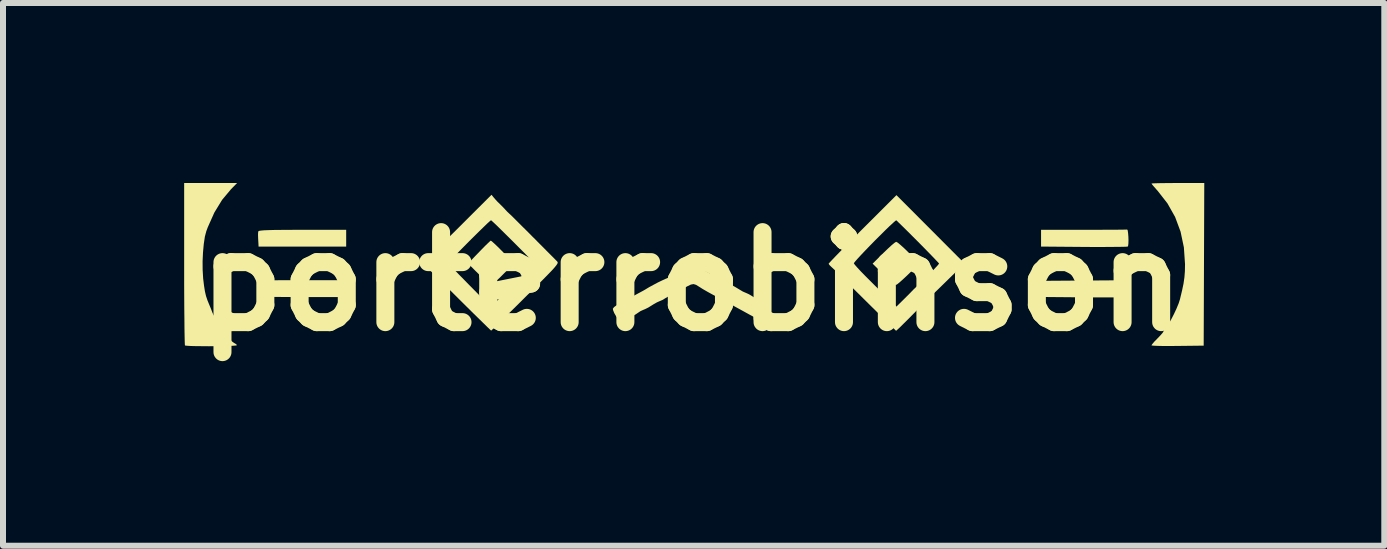
<source format=kicad_pcb>
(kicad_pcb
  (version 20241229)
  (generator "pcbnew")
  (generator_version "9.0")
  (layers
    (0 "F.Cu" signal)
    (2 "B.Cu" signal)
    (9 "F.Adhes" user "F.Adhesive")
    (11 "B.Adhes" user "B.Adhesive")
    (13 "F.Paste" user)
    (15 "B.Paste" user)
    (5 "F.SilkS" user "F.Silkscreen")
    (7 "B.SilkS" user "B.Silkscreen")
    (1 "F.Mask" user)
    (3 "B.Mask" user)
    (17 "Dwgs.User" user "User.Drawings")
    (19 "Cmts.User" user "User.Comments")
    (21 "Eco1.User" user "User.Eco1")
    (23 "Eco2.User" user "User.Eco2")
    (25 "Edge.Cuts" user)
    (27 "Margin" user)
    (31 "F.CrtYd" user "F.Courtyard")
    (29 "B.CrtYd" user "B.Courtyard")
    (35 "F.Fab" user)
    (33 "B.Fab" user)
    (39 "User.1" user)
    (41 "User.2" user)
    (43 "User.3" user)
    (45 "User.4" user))
  (footprint "porterrobinson"
    (layer "F.Cu")
    (at 8.479 1.64)
    (property "Reference" "porterrobinson" (at 0 0 0) (layer "F.SilkS") (effects (font (size 1.5 1.5) (thickness 0.3))))
    (attr board_only exclude_from_pos_files exclude_from_bom)
    (fp_poly (pts (xy 7.28 0.118) (xy 7.277 0.204) (xy 7.266 0.252) (xy 7.255 0.263) (xy 7.23 0.264) (xy 7.169 0.265) (xy 7.078 0.266) (xy 6.961 0.266) (xy 6.823 0.266) (xy 6.669 0.266) (xy 6.524 0.265) (xy 5.818 0.259) (xy 5.824 0.125) (xy 5.83 -0.01) (xy 6.555 -0.015) (xy 7.28 -0.02)) (stroke (width 0) (type solid)) (fill yes) (layer "F.SilkS"))
    (fp_poly (pts (xy -5.76 -0.72) (xy -5.76 -0.58) (xy -6.49 -0.58) (xy -7.22 -0.58) (xy -7.222 -0.625) (xy -7.227 -0.715) (xy -7.229 -0.773) (xy -7.228 -0.809) (xy -7.225 -0.83) (xy -7.224 -0.835) (xy -7.213 -0.842) (xy -7.183 -0.847) (xy -7.131 -0.852) (xy -7.054 -0.855) (xy -6.948 -0.858) (xy -6.811 -0.859) (xy -6.64 -0.86) (xy -6.488 -0.86) (xy -5.76 -0.86)) (stroke (width 0) (type solid)) (fill yes) (layer "F.SilkS"))
    (fp_poly (pts (xy 3.432 -0.646) (xy 3.478 -0.608) (xy 3.54 -0.552) (xy 3.612 -0.482) (xy 3.688 -0.404) (xy 3.739 -0.35) (xy 3.788 -0.296) (xy 3.607 -0.118) (xy 3.536 -0.051) (xy 3.474 0.005) (xy 3.427 0.044) (xy 3.401 0.06) (xy 3.4 0.06) (xy 3.377 0.047) (xy 3.332 0.01) (xy 3.271 -0.044) (xy 3.201 -0.11) (xy 3.193 -0.118) (xy 3.013 -0.296) (xy 3.196 -0.478) (xy 3.267 -0.546) (xy 3.329 -0.603) (xy 3.377 -0.643) (xy 3.404 -0.66) (xy 3.406 -0.66)) (stroke (width 0) (type solid)) (fill yes) (layer "F.SilkS"))
    (fp_poly (pts (xy 7.264 -0.85) (xy 7.27 -0.807) (xy 7.275 -0.748) (xy 7.277 -0.684) (xy 7.275 -0.627) (xy 7.27 -0.59) (xy 7.266 -0.582) (xy 7.243 -0.579) (xy 7.185 -0.577) (xy 7.095 -0.576) (xy 6.98 -0.575) (xy 6.843 -0.574) (xy 6.689 -0.574) (xy 6.535 -0.575) (xy 5.82 -0.581) (xy 5.82 -0.72) (xy 5.82 -0.86) (xy 6.53 -0.86) (xy 6.695 -0.86) (xy 6.847 -0.861) (xy 6.982 -0.861) (xy 7.095 -0.862) (xy 7.181 -0.863) (xy 7.236 -0.864) (xy 7.255 -0.865)) (stroke (width 0) (type solid)) (fill yes) (layer "F.SilkS"))
    (fp_poly (pts (xy -6.571 -0.02) (xy -6.488 -0.02) (xy -5.76 -0.02) (xy -5.76 0.12) (xy -5.76 0.26) (xy -6.488 0.26) (xy -6.679 0.26) (xy -6.835 0.259) (xy -6.958 0.258) (xy -7.052 0.256) (xy -7.122 0.253) (xy -7.17 0.25) (xy -7.201 0.244) (xy -7.219 0.238) (xy -7.227 0.23) (xy -7.228 0.228) (xy -7.236 0.188) (xy -7.24 0.13) (xy -7.24 0.12) (xy -7.241 0.084) (xy -7.24 0.055) (xy -7.235 0.031) (xy -7.221 0.014) (xy -7.195 0.00036) (xy -7.153 -0.009) (xy -7.091 -0.015) (xy -7.006 -0.018) (xy -6.893 -0.02) (xy -6.749 -0.02)) (stroke (width 0) (type solid)) (fill yes) (layer "F.SilkS"))
    (fp_poly (pts (xy -3.33 -0.666) (xy -3.29 -0.63) (xy -3.235 -0.578) (xy -3.173 -0.516) (xy -3.11 -0.452) (xy -3.054 -0.392) (xy -3.009 -0.342) (xy -2.984 -0.31) (xy -2.98 -0.303) (xy -2.994 -0.28) (xy -3.03 -0.236) (xy -3.083 -0.18) (xy -3.145 -0.118) (xy -3.208 -0.055) (xy -3.268 -0.001) (xy -3.315 0.04) (xy -3.344 0.059) (xy -3.348 0.06) (xy -3.371 0.047) (xy -3.414 0.011) (xy -3.47 -0.041) (xy -3.5 -0.071) (xy -3.564 -0.135) (xy -3.622 -0.192) (xy -3.664 -0.235) (xy -3.675 -0.245) (xy -3.706 -0.279) (xy -3.72 -0.3) (xy -3.72 -0.3) (xy -3.707 -0.318) (xy -3.672 -0.357) (xy -3.621 -0.411) (xy -3.561 -0.473) (xy -3.499 -0.537) (xy -3.44 -0.597) (xy -3.391 -0.644) (xy -3.359 -0.674) (xy -3.35 -0.68)) (stroke (width 0) (type solid)) (fill yes) (layer "F.SilkS"))
    (fp_poly (pts (xy 8.535 -0.285) (xy 8.53 1.07) (xy 8.095 1.075) (xy 7.968 1.076) (xy 7.856 1.076) (xy 7.763 1.074) (xy 7.698 1.071) (xy 7.663 1.067) (xy 7.66 1.065) (xy 7.673 1.044) (xy 7.708 1.003) (xy 7.757 0.953) (xy 7.76 0.95) (xy 7.81 0.898) (xy 7.846 0.856) (xy 7.86 0.833) (xy 7.86 0.832) (xy 7.873 0.805) (xy 7.9 0.77) (xy 7.938 0.719) (xy 7.984 0.642) (xy 8.032 0.549) (xy 8.077 0.453) (xy 8.114 0.363) (xy 8.134 0.3) (xy 8.169 0.155) (xy 8.194 0.037) (xy 8.209 -0.068) (xy 8.217 -0.17) (xy 8.219 -0.281) (xy 8.219 -0.29) (xy 8.2 -0.568) (xy 8.145 -0.829) (xy 8.054 -1.074) (xy 7.926 -1.301) (xy 7.762 -1.511) (xy 7.749 -1.525) (xy 7.704 -1.576) (xy 7.672 -1.614) (xy 7.66 -1.631) (xy 7.679 -1.634) (xy 7.732 -1.636) (xy 7.814 -1.638) (xy 7.919 -1.639) (xy 8.041 -1.64) (xy 8.1 -1.64) (xy 8.54 -1.64)) (stroke (width 0) (type solid)) (fill yes) (layer "F.SilkS"))
    (fp_poly (pts (xy -7.681 -1.535) (xy -7.828 -1.359) (xy -7.957 -1.148) (xy -8.066 -0.904) (xy -8.091 -0.837) (xy -8.115 -0.746) (xy -8.133 -0.625) (xy -8.146 -0.485) (xy -8.153 -0.337) (xy -8.152 -0.191) (xy -8.144 -0.058) (xy -8.144 -0.053) (xy -8.129 0.07) (xy -8.114 0.165) (xy -8.096 0.243) (xy -8.071 0.317) (xy -8.041 0.39) (xy -8.015 0.452) (xy -7.994 0.507) (xy -7.99 0.518) (xy -7.973 0.556) (xy -7.941 0.613) (xy -7.9 0.681) (xy -7.854 0.752) (xy -7.811 0.817) (xy -7.773 0.868) (xy -7.749 0.897) (xy -7.743 0.9) (xy -7.724 0.916) (xy -7.704 0.95) (xy -7.667 0.997) (xy -7.63 1.024) (xy -7.593 1.046) (xy -7.58 1.063) (xy -7.599 1.068) (xy -7.651 1.072) (xy -7.728 1.075) (xy -7.825 1.078) (xy -7.934 1.079) (xy -8.047 1.08) (xy -8.159 1.079) (xy -8.261 1.078) (xy -8.348 1.076) (xy -8.411 1.072) (xy -8.444 1.068) (xy -8.447 1.067) (xy -8.449 1.045) (xy -8.451 0.986) (xy -8.453 0.895) (xy -8.455 0.773) (xy -8.456 0.624) (xy -8.458 0.452) (xy -8.459 0.26) (xy -8.46 0.05) (xy -8.46 -0.172) (xy -8.46 -0.293) (xy -8.46 -1.64) (xy -8.019 -1.64) (xy -7.578 -1.64)) (stroke (width 0) (type solid)) (fill yes) (layer "F.SilkS"))
    (fp_poly (pts (xy 3.978 -0.869) (xy 4.545 -0.3) (xy 4.208 0.03) (xy 4.112 0.124) (xy 4.025 0.208) (xy 3.952 0.28) (xy 3.897 0.334) (xy 3.863 0.367) (xy 3.855 0.375) (xy 3.836 0.394) (xy 3.795 0.436) (xy 3.738 0.494) (xy 3.673 0.56) (xy 3.602 0.632) (xy 3.536 0.697) (xy 3.484 0.749) (xy 3.455 0.777) (xy 3.404 0.823) (xy 2.962 0.387) (xy 2.852 0.278) (xy 2.75 0.177) (xy 2.66 0.089) (xy 2.586 0.017) (xy 2.532 -0.037) (xy 2.5 -0.067) (xy 2.495 -0.072) (xy 2.464 -0.103) (xy 2.428 -0.142) (xy 2.381 -0.191) (xy 2.333 -0.235) (xy 2.298 -0.269) (xy 2.28 -0.293) (xy 2.28 -0.295) (xy 2.286 -0.302) (xy 2.7 -0.302) (xy 2.714 -0.281) (xy 2.753 -0.236) (xy 2.812 -0.172) (xy 2.889 -0.093) (xy 2.98 -0.002) (xy 3.055 0.073) (xy 3.41 0.419) (xy 3.526 0.305) (xy 3.583 0.248) (xy 3.632 0.199) (xy 3.662 0.168) (xy 3.666 0.164) (xy 3.698 0.131) (xy 3.737 0.094) (xy 3.798 0.037) (xy 3.866 -0.03) (xy 3.937 -0.1) (xy 4.003 -0.168) (xy 4.059 -0.227) (xy 4.1 -0.271) (xy 4.119 -0.296) (xy 4.12 -0.298) (xy 4.107 -0.314) (xy 4.069 -0.354) (xy 4.012 -0.414) (xy 3.941 -0.487) (xy 3.859 -0.571) (xy 3.771 -0.66) (xy 3.681 -0.75) (xy 3.594 -0.837) (xy 3.515 -0.915) (xy 3.448 -0.98) (xy 3.408 -1.019) (xy 3.391 -1.009) (xy 3.352 -0.974) (xy 3.293 -0.92) (xy 3.222 -0.851) (xy 3.141 -0.77) (xy 3.055 -0.685) (xy 2.969 -0.597) (xy 2.888 -0.513) (xy 2.816 -0.437) (xy 2.758 -0.374) (xy 2.718 -0.328) (xy 2.7 -0.304) (xy 2.7 -0.302) (xy 2.286 -0.302) (xy 2.294 -0.312) (xy 2.333 -0.354) (xy 2.394 -0.418) (xy 2.475 -0.501) (xy 2.572 -0.6) (xy 2.683 -0.711) (xy 2.804 -0.833) (xy 2.845 -0.874) (xy 3.41 -1.438)) (stroke (width 0) (type solid)) (fill yes) (layer "F.SilkS"))
    (fp_poly (pts (xy 0.009 -0.276) (xy 0.068 -0.255) (xy 0.152 -0.215) (xy 0.202 -0.188) (xy 0.299 -0.135) (xy 0.412 -0.075) (xy 0.521 -0.017) (xy 0.557 0.002) (xy 0.641 0.047) (xy 0.717 0.089) (xy 0.774 0.123) (xy 0.797 0.137) (xy 0.851 0.169) (xy 0.9 0.19) (xy 0.951 0.213) (xy 1.007 0.246) (xy 1.009 0.248) (xy 1.059 0.279) (xy 1.129 0.318) (xy 1.189 0.35) (xy 1.252 0.385) (xy 1.297 0.42) (xy 1.316 0.444) (xy 1.311 0.488) (xy 1.288 0.549) (xy 1.253 0.614) (xy 1.231 0.646) (xy 1.221 0.658) (xy 1.21 0.665) (xy 1.192 0.665) (xy 1.164 0.656) (xy 1.12 0.637) (xy 1.057 0.604) (xy 0.969 0.557) (xy 0.853 0.493) (xy 0.8 0.464) (xy 0.573 0.34) (xy 0.365 0.229) (xy 0.335 0.213) (xy 0.257 0.17) (xy 0.181 0.126) (xy 0.126 0.091) (xy 0.071 0.057) (xy 0.029 0.044) (xy -0.015 0.052) (xy -0.075 0.081) (xy -0.096 0.093) (xy -0.182 0.141) (xy -0.241 0.173) (xy -0.278 0.191) (xy -0.303 0.199) (xy -0.315 0.2) (xy -0.338 0.213) (xy -0.34 0.22) (xy -0.355 0.239) (xy -0.362 0.24) (xy -0.392 0.251) (xy -0.436 0.276) (xy -0.437 0.277) (xy -0.49 0.309) (xy -0.537 0.329) (xy -0.582 0.349) (xy -0.64 0.382) (xy -0.667 0.399) (xy -0.727 0.436) (xy -0.782 0.463) (xy -0.8 0.47) (xy -0.856 0.495) (xy -0.89 0.518) (xy -0.934 0.548) (xy -0.993 0.581) (xy -1.01 0.589) (xy -1.074 0.619) (xy -1.132 0.648) (xy -1.143 0.653) (xy -1.174 0.666) (xy -1.198 0.663) (xy -1.223 0.638) (xy -1.259 0.585) (xy -1.293 0.527) (xy -1.313 0.476) (xy -1.316 0.454) (xy -1.295 0.427) (xy -1.237 0.386) (xy -1.142 0.331) (xy -1.06 0.287) (xy -0.965 0.238) (xy -0.88 0.192) (xy -0.813 0.156) (xy -0.771 0.132) (xy -0.765 0.128) (xy -0.71 0.095) (xy -0.64 0.057) (xy -0.565 0.017) (xy -0.492 -0.018) (xy -0.433 -0.045) (xy -0.397 -0.059) (xy -0.391 -0.06) (xy -0.358 -0.074) (xy -0.339 -0.091) (xy -0.308 -0.115) (xy -0.253 -0.148) (xy -0.188 -0.181) (xy -0.123 -0.213) (xy -0.074 -0.241) (xy -0.05 -0.26) (xy -0.05 -0.26) (xy -0.028 -0.277)) (stroke (width 0) (type solid)) (fill yes) (layer "F.SilkS"))
    (fp_poly (pts (xy -3.3 -1.397) (xy -3.266 -1.358) (xy -3.243 -1.333) (xy -3.196 -1.287) (xy -3.148 -1.239) (xy -3.112 -1.201) (xy -3.108 -1.196) (xy -3.078 -1.164) (xy -3.038 -1.126) (xy -2.998 -1.089) (xy -2.97 -1.061) (xy -2.947 -1.038) (xy -2.904 -0.995) (xy -2.848 -0.939) (xy -2.83 -0.921) (xy -2.771 -0.863) (xy -2.722 -0.814) (xy -2.689 -0.781) (xy -2.684 -0.776) (xy -2.652 -0.743) (xy -2.614 -0.706) (xy -2.574 -0.665) (xy -2.545 -0.636) (xy -2.519 -0.61) (xy -2.474 -0.565) (xy -2.418 -0.508) (xy -2.4 -0.49) (xy -2.34 -0.43) (xy -2.287 -0.377) (xy -2.251 -0.34) (xy -2.245 -0.334) (xy -2.237 -0.324) (xy -2.235 -0.311) (xy -2.241 -0.294) (xy -2.258 -0.269) (xy -2.287 -0.233) (xy -2.331 -0.184) (xy -2.393 -0.12) (xy -2.475 -0.036) (xy -2.58 0.068) (xy -2.71 0.197) (xy -2.775 0.261) (xy -2.898 0.384) (xy -3.013 0.497) (xy -3.115 0.598) (xy -3.203 0.683) (xy -3.272 0.751) (xy -3.319 0.797) (xy -3.343 0.819) (xy -3.344 0.82) (xy -3.359 0.806) (xy -3.4 0.767) (xy -3.462 0.706) (xy -3.544 0.626) (xy -3.642 0.53) (xy -3.753 0.42) (xy -3.874 0.3) (xy -3.917 0.257) (xy -4.484 -0.305) (xy -4.483 -0.306) (xy -4.06 -0.306) (xy -4.047 -0.289) (xy -4.01 -0.249) (xy -3.953 -0.19) (xy -3.883 -0.117) (xy -3.802 -0.035) (xy -3.716 0.053) (xy -3.629 0.141) (xy -3.547 0.224) (xy -3.472 0.298) (xy -3.411 0.358) (xy -3.368 0.4) (xy -3.347 0.419) (xy -3.346 0.419) (xy -3.331 0.406) (xy -3.292 0.368) (xy -3.232 0.309) (xy -3.156 0.234) (xy -3.066 0.145) (xy -2.98 0.059) (xy -2.618 -0.301) (xy -2.976 -0.661) (xy -3.074 -0.758) (xy -3.163 -0.846) (xy -3.238 -0.92) (xy -3.297 -0.976) (xy -3.334 -1.01) (xy -3.346 -1.02) (xy -3.364 -1.006) (xy -3.405 -0.969) (xy -3.464 -0.912) (xy -3.537 -0.841) (xy -3.62 -0.759) (xy -3.707 -0.673) (xy -3.793 -0.586) (xy -3.875 -0.503) (xy -3.947 -0.429) (xy -4.005 -0.368) (xy -4.044 -0.326) (xy -4.06 -0.306) (xy -4.06 -0.306) (xy -4.483 -0.306) (xy -4.442 -0.347) (xy -4.407 -0.382) (xy -4.355 -0.434) (xy -4.294 -0.493) (xy -4.287 -0.5) (xy -4.243 -0.543) (xy -4.176 -0.609) (xy -4.09 -0.695) (xy -3.991 -0.793) (xy -3.882 -0.901) (xy -3.77 -1.013) (xy -3.756 -1.027) (xy -3.338 -1.444)) (stroke (width 0) (type solid)) (fill yes) (layer "F.SilkS")))
  (gr_rect
    (start -3 -3)
    (end 20.019 6.044)
    (stroke (width 0.1) (type default))
    (fill no)
    (layer "Edge.Cuts")))
</source>
